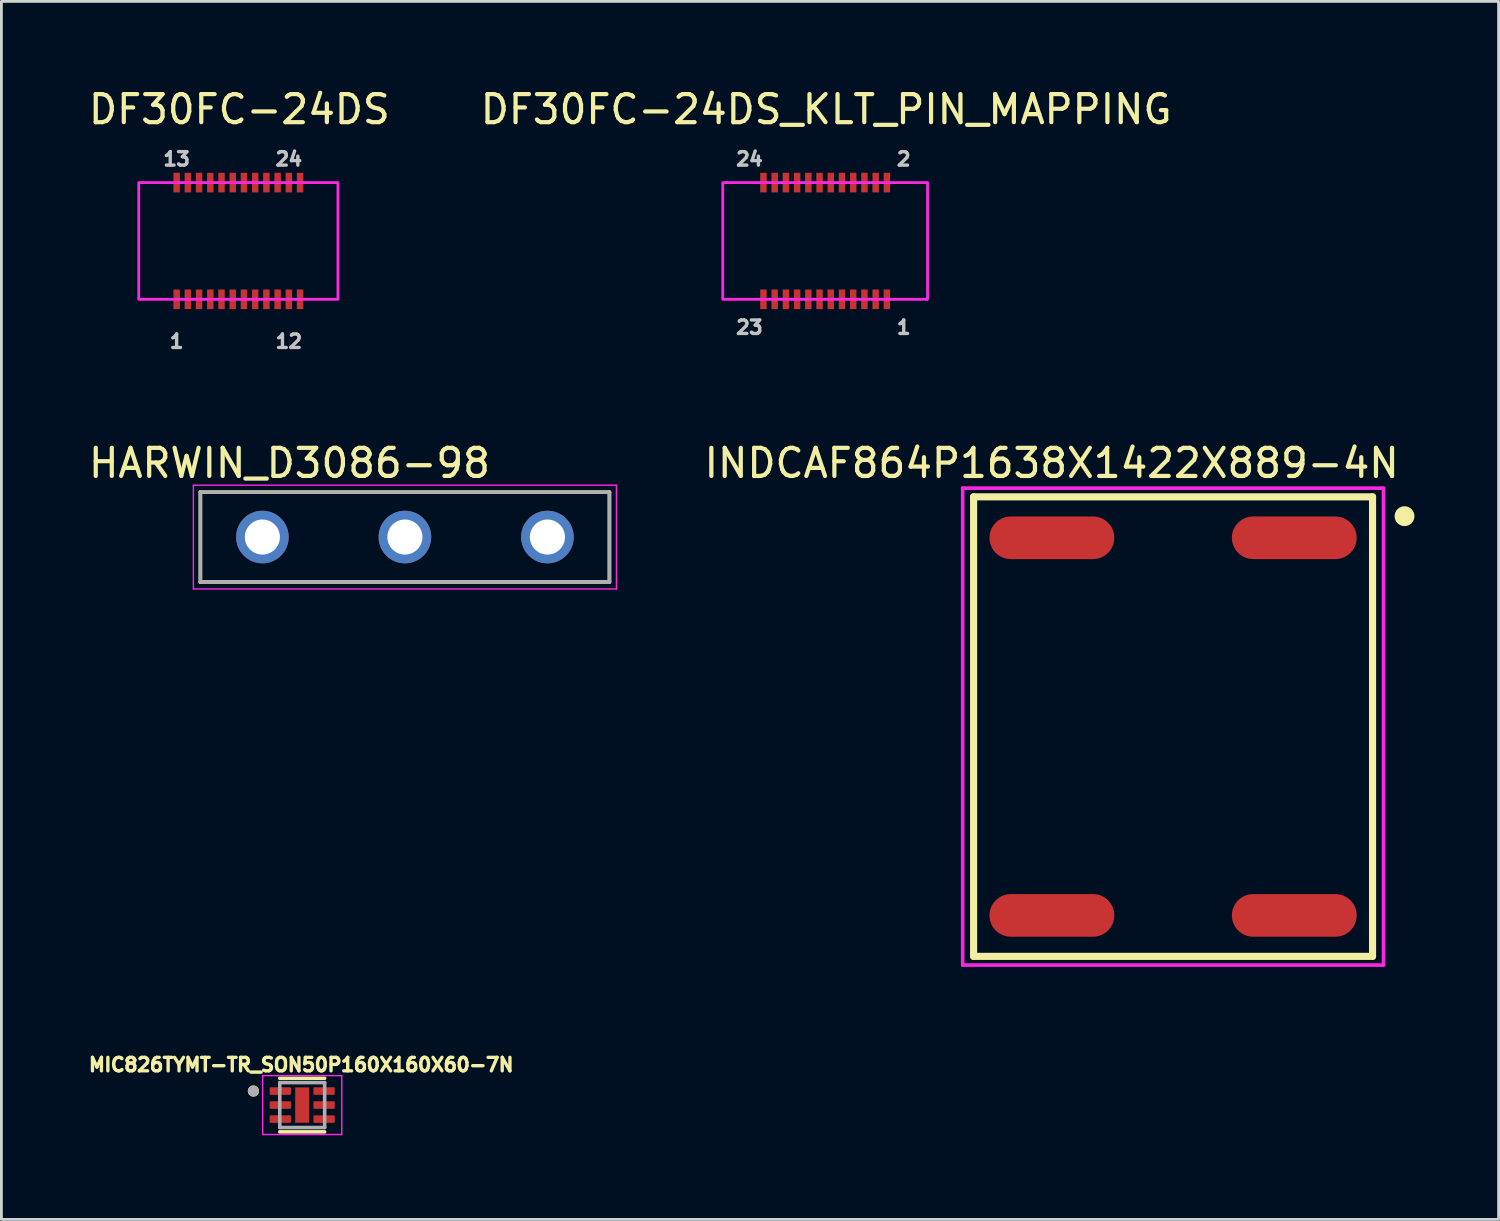
<source format=kicad_pcb>
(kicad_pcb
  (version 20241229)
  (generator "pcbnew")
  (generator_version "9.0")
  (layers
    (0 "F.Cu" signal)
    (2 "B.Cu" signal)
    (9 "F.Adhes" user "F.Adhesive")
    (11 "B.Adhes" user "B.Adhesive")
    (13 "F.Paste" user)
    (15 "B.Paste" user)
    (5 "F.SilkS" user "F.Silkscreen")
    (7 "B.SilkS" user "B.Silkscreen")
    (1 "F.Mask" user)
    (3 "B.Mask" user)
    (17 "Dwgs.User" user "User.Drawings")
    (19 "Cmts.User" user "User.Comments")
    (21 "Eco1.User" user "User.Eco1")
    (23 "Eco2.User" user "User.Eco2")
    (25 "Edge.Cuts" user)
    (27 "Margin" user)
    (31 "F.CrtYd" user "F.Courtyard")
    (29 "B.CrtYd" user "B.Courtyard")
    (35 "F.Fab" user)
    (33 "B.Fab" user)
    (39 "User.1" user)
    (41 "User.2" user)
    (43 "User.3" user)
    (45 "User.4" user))
  (footprint "HARWIN_D3086-98"
    (layer "F.Cu")
    (at 8.843 16.093)
    (property "Reference" "HARWIN_D3086-98" (at -1.575 -2.635 0) (layer "F.SilkS") (effects (font (size 1 1) (thickness 0.15))))
    (attr through_hole)
    (fp_line (start -4.75 -1.6) (end 9.83 -1.6) (stroke (width 0.127) (type solid)) (layer "F.SilkS"))
    (fp_line (start -4.75 1.6) (end -4.75 -1.6) (stroke (width 0.127) (type solid)) (layer "F.SilkS"))
    (fp_line (start 9.83 -1.6) (end 9.83 1.6) (stroke (width 0.127) (type solid)) (layer "F.SilkS"))
    (fp_line (start 9.83 1.6) (end -4.75 1.6) (stroke (width 0.127) (type solid)) (layer "F.SilkS"))
    (fp_line (start -5 -1.85) (end 10.08 -1.85) (stroke (width 0.05) (type solid)) (layer "F.CrtYd"))
    (fp_line (start -5 1.85) (end -5 -1.85) (stroke (width 0.05) (type solid)) (layer "F.CrtYd"))
    (fp_line (start 10.08 -1.85) (end 10.08 1.85) (stroke (width 0.05) (type solid)) (layer "F.CrtYd"))
    (fp_line (start 10.08 1.85) (end -5 1.85) (stroke (width 0.05) (type solid)) (layer "F.CrtYd"))
    (fp_line (start -4.75 -1.6) (end 9.83 -1.6) (stroke (width 0.127) (type solid)) (layer "F.Fab"))
    (fp_line (start -4.75 1.6) (end -4.75 -1.6) (stroke (width 0.127) (type solid)) (layer "F.Fab"))
    (fp_line (start 9.83 -1.6) (end 9.83 1.6) (stroke (width 0.127) (type solid)) (layer "F.Fab"))
    (fp_line (start 9.83 1.6) (end -4.75 1.6) (stroke (width 0.127) (type solid)) (layer "F.Fab"))
    (pad "1" thru_hole circle (at -2.54 0) (size 1.875 1.875) (drill 1.25) (layers "*.Cu" "*.Mask"))
    (pad "2" thru_hole circle (at 2.54 0) (size 1.875 1.875) (drill 1.25) (layers "*.Cu" "*.Mask"))
    (pad "3" thru_hole circle (at 7.62 0) (size 1.875 1.875) (drill 1.25) (layers "*.Cu" "*.Mask")))
  (footprint "DF30FC-24DS_KLT_PIN_MAPPING"
    (layer "F.Cu")
    (at 24.163 7.619)
    (property "Reference" "DF30FC-24DS_KLT_PIN_MAPPING" (at 2.236 -6.77 0) (layer "F.SilkS") (effects (font (size 1 1) (thickness 0.15))))
    (attr smd)
    (fp_rect (start -1.45 -4.16) (end 5.85 0) (stroke (width 0.1) (type default)) (fill no) (layer "F.CrtYd"))
    (fp_text user "23" (at -0.5 1 0) (layer "Dwgs.User") (effects (font (size 0.48 0.48) (thickness 0.12))))
    (fp_text user "1" (at 5 1 0) (layer "Dwgs.User") (effects (font (size 0.48 0.48) (thickness 0.12))))
    (fp_text user "2" (at 5 -5 0) (layer "Dwgs.User") (effects (font (size 0.48 0.48) (thickness 0.12))))
    (fp_text user "24" (at -0.5 -5 0) (layer "Dwgs.User") (effects (font (size 0.48 0.48) (thickness 0.12))))
    (pad "P$1" smd rect (at 4.4 0) (size 0.23 0.7) (layers "F.Cu" "F.Mask" "F.Paste"))
    (pad "P$2" smd rect (at 4.4 -4.16) (size 0.23 0.7) (layers "F.Cu" "F.Mask" "F.Paste"))
    (pad "P$3" smd rect (at 4 0) (size 0.23 0.7) (layers "F.Cu" "F.Mask" "F.Paste"))
    (pad "P$4" smd rect (at 4 -4.16) (size 0.23 0.7) (layers "F.Cu" "F.Mask" "F.Paste"))
    (pad "P$5" smd rect (at 3.6 0) (size 0.23 0.7) (layers "F.Cu" "F.Mask" "F.Paste"))
    (pad "P$6" smd rect (at 3.6 -4.16) (size 0.23 0.7) (layers "F.Cu" "F.Mask" "F.Paste"))
    (pad "P$7" smd rect (at 3.2 0) (size 0.23 0.7) (layers "F.Cu" "F.Mask" "F.Paste"))
    (pad "P$8" smd rect (at 3.2 -4.16) (size 0.23 0.7) (layers "F.Cu" "F.Mask" "F.Paste"))
    (pad "P$9" smd rect (at 2.8 0) (size 0.23 0.7) (layers "F.Cu" "F.Mask" "F.Paste"))
    (pad "P$10" smd rect (at 2.8 -4.16) (size 0.23 0.7) (layers "F.Cu" "F.Mask" "F.Paste"))
    (pad "P$11" smd rect (at 2.4 0) (size 0.23 0.7) (layers "F.Cu" "F.Mask" "F.Paste"))
    (pad "P$12" smd rect (at 2.4 -4.16) (size 0.23 0.7) (layers "F.Cu" "F.Mask" "F.Paste"))
    (pad "P$13" smd rect (at 2 0) (size 0.23 0.7) (layers "F.Cu" "F.Mask" "F.Paste"))
    (pad "P$14" smd rect (at 2 -4.16) (size 0.23 0.7) (layers "F.Cu" "F.Mask" "F.Paste"))
    (pad "P$15" smd rect (at 1.6 0) (size 0.23 0.7) (layers "F.Cu" "F.Mask" "F.Paste"))
    (pad "P$16" smd rect (at 1.6 -4.16) (size 0.23 0.7) (layers "F.Cu" "F.Mask" "F.Paste"))
    (pad "P$17" smd rect (at 1.2 0) (size 0.23 0.7) (layers "F.Cu" "F.Mask" "F.Paste"))
    (pad "P$18" smd rect (at 1.2 -4.16) (size 0.23 0.7) (layers "F.Cu" "F.Mask" "F.Paste"))
    (pad "P$19" smd rect (at 0.8 0) (size 0.23 0.7) (layers "F.Cu" "F.Mask" "F.Paste"))
    (pad "P$20" smd rect (at 0.8 -4.16) (size 0.23 0.7) (layers "F.Cu" "F.Mask" "F.Paste"))
    (pad "P$21" smd rect (at 0.4 0) (size 0.23 0.7) (layers "F.Cu" "F.Mask" "F.Paste"))
    (pad "P$22" smd rect (at 0.4 -4.16) (size 0.23 0.7) (layers "F.Cu" "F.Mask" "F.Paste"))
    (pad "P$23" smd rect (at 0 0) (size 0.23 0.7) (layers "F.Cu" "F.Mask" "F.Paste"))
    (pad "P$24" smd rect (at 0 -4.16) (size 0.23 0.7) (layers "F.Cu" "F.Mask" "F.Paste")))
  (footprint "DF30FC-24DS"
    (layer "F.Cu")
    (at 3.246 7.619)
    (property "Reference" "DF30FC-24DS" (at 2.236 -6.77 0) (layer "F.SilkS") (effects (font (size 1 1) (thickness 0.15))))
    (attr smd)
    (fp_rect (start -1.35 -4.16) (end 5.75 0) (stroke (width 0.1) (type default)) (fill no) (layer "F.CrtYd"))
    (fp_text user "1" (at 0 1.5 0) (layer "Dwgs.User") (effects (font (size 0.48 0.48) (thickness 0.15))))
    (fp_text user "12" (at 4 1.5 0) (layer "Dwgs.User") (effects (font (size 0.48 0.48) (thickness 0.15))))
    (fp_text user "24" (at 4 -5 0) (layer "Dwgs.User") (effects (font (size 0.48 0.48) (thickness 0.15))))
    (fp_text user "13" (at 0 -5 0) (layer "Dwgs.User") (effects (font (size 0.48 0.48) (thickness 0.15))))
    (pad "P$1" smd rect (at 0 0) (size 0.23 0.7) (layers "F.Cu" "F.Mask" "F.Paste"))
    (pad "P$2" smd rect (at 0.4 0) (size 0.23 0.7) (layers "F.Cu" "F.Mask" "F.Paste"))
    (pad "P$3" smd rect (at 0.8 0) (size 0.23 0.7) (layers "F.Cu" "F.Mask" "F.Paste"))
    (pad "P$4" smd rect (at 1.2 0) (size 0.23 0.7) (layers "F.Cu" "F.Mask" "F.Paste"))
    (pad "P$5" smd rect (at 1.6 0) (size 0.23 0.7) (layers "F.Cu" "F.Mask" "F.Paste"))
    (pad "P$6" smd rect (at 2 0) (size 0.23 0.7) (layers "F.Cu" "F.Mask" "F.Paste"))
    (pad "P$7" smd rect (at 2.4 0) (size 0.23 0.7) (layers "F.Cu" "F.Mask" "F.Paste"))
    (pad "P$8" smd rect (at 2.8 0) (size 0.23 0.7) (layers "F.Cu" "F.Mask" "F.Paste"))
    (pad "P$9" smd rect (at 3.2 0) (size 0.23 0.7) (layers "F.Cu" "F.Mask" "F.Paste"))
    (pad "P$10" smd rect (at 3.6 0) (size 0.23 0.7) (layers "F.Cu" "F.Mask" "F.Paste"))
    (pad "P$11" smd rect (at 4 0) (size 0.23 0.7) (layers "F.Cu" "F.Mask" "F.Paste"))
    (pad "P$12" smd rect (at 4.4 0) (size 0.23 0.7) (layers "F.Cu" "F.Mask" "F.Paste"))
    (pad "P$13" smd rect (at 0 -4.16) (size 0.23 0.7) (layers "F.Cu" "F.Mask" "F.Paste"))
    (pad "P$14" smd rect (at 0.4 -4.16) (size 0.23 0.7) (layers "F.Cu" "F.Mask" "F.Paste"))
    (pad "P$15" smd rect (at 0.8 -4.16) (size 0.23 0.7) (layers "F.Cu" "F.Mask" "F.Paste"))
    (pad "P$16" smd rect (at 1.2 -4.16) (size 0.23 0.7) (layers "F.Cu" "F.Mask" "F.Paste"))
    (pad "P$17" smd rect (at 1.6 -4.16) (size 0.23 0.7) (layers "F.Cu" "F.Mask" "F.Paste"))
    (pad "P$18" smd rect (at 2 -4.16) (size 0.23 0.7) (layers "F.Cu" "F.Mask" "F.Paste"))
    (pad "P$19" smd rect (at 2.4 -4.16) (size 0.23 0.7) (layers "F.Cu" "F.Mask" "F.Paste"))
    (pad "P$20" smd rect (at 2.8 -4.16) (size 0.23 0.7) (layers "F.Cu" "F.Mask" "F.Paste"))
    (pad "P$21" smd rect (at 3.2 -4.16) (size 0.23 0.7) (layers "F.Cu" "F.Mask" "F.Paste"))
    (pad "P$22" smd rect (at 3.6 -4.16) (size 0.23 0.7) (layers "F.Cu" "F.Mask" "F.Paste"))
    (pad "P$23" smd rect (at 4 -4.16) (size 0.23 0.7) (layers "F.Cu" "F.Mask" "F.Paste"))
    (pad "P$24" smd rect (at 4.4 -4.16) (size 0.23 0.7) (layers "F.Cu" "F.Mask" "F.Paste")))
  (footprint "MIC826TYMT-TR_SON50P160X160X60-7N"
    (layer "F.Cu")
    (at 7.722 36.34)
    (property "Reference" "MIC826TYMT-TR_SON50P160X160X60-7N" (at -0.036 -1.437 0) (layer "F.SilkS") (effects (font (size 0.48 0.48) (thickness 0.15))))
    (attr smd)
    (fp_line (start -0.8 -0.955) (end 0.8 -0.955) (stroke (width 0.127) (type solid)) (layer "F.SilkS"))
    (fp_line (start -0.8 0.955) (end 0.8 0.955) (stroke (width 0.127) (type solid)) (layer "F.SilkS"))
    (fp_circle (center -1.74 -0.5) (end -1.64 -0.5) (stroke (width 0.2) (type solid)) (fill no) (layer "F.SilkS"))
    (fp_poly (pts (xy -0.16 -0.4) (xy 0.16 -0.4) (xy 0.16 0.4) (xy -0.16 0.4)) (stroke (width 0.01) (type solid)) (fill yes) (layer "F.Paste"))
    (fp_line (start -1.41 -1.05) (end -1.41 1.05) (stroke (width 0.05) (type solid)) (layer "F.CrtYd"))
    (fp_line (start -1.41 -1.05) (end 1.41 -1.05) (stroke (width 0.05) (type solid)) (layer "F.CrtYd"))
    (fp_line (start -1.41 1.05) (end 1.41 1.05) (stroke (width 0.05) (type solid)) (layer "F.CrtYd"))
    (fp_line (start 1.41 -1.05) (end 1.41 1.05) (stroke (width 0.05) (type solid)) (layer "F.CrtYd"))
    (fp_line (start -0.8 -0.8) (end -0.8 0.8) (stroke (width 0.127) (type solid)) (layer "F.Fab"))
    (fp_line (start -0.8 -0.8) (end 0.8 -0.8) (stroke (width 0.127) (type solid)) (layer "F.Fab"))
    (fp_line (start -0.8 0.8) (end 0.8 0.8) (stroke (width 0.127) (type solid)) (layer "F.Fab"))
    (fp_line (start 0.8 -0.8) (end 0.8 0.8) (stroke (width 0.127) (type solid)) (layer "F.Fab"))
    (fp_circle (center -1.74 -0.5) (end -1.64 -0.5) (stroke (width 0.2) (type solid)) (fill no) (layer "F.Fab"))
    (pad "1" smd roundrect (at -0.78 -0.5) (size 0.76 0.27) (layers "F.Cu" "F.Mask" "F.Paste") (roundrect_rratio 0.125))
    (pad "2" smd roundrect (at -0.78 0) (size 0.76 0.27) (layers "F.Cu" "F.Mask" "F.Paste") (roundrect_rratio 0.125))
    (pad "3" smd roundrect (at -0.78 0.5) (size 0.76 0.27) (layers "F.Cu" "F.Mask" "F.Paste") (roundrect_rratio 0.125))
    (pad "4" smd roundrect (at 0.78 0.5) (size 0.76 0.27) (layers "F.Cu" "F.Mask" "F.Paste") (roundrect_rratio 0.125))
    (pad "5" smd roundrect (at 0.78 0) (size 0.76 0.27) (layers "F.Cu" "F.Mask" "F.Paste") (roundrect_rratio 0.125))
    (pad "6" smd roundrect (at 0.78 -0.5) (size 0.76 0.27) (layers "F.Cu" "F.Mask" "F.Paste") (roundrect_rratio 0.125))
    (pad "7" smd rect (at 0 0) (size 0.5 1.26) (layers "F.Cu" "F.Mask")))
  (footprint "INDCAF864P1638X1422X889-4N"
    (layer "F.Cu")
    (at 38.764 22.849)
    (property "Reference" "INDCAF864P1638X1422X889-4N" (at -4.327 -9.39 0) (layer "F.SilkS") (effects (font (size 1.001 1.001) (thickness 0.15))))
    (attr smd)
    (fp_line (start -7.11 -8.19) (end -7.11 8.19) (stroke (width 0.254) (type solid)) (layer "F.SilkS"))
    (fp_line (start -7.11 8.19) (end 7.11 8.19) (stroke (width 0.254) (type solid)) (layer "F.SilkS"))
    (fp_line (start 7.11 -8.19) (end -7.11 -8.19) (stroke (width 0.254) (type solid)) (layer "F.SilkS"))
    (fp_line (start 7.11 8.19) (end 7.11 -8.19) (stroke (width 0.254) (type solid)) (layer "F.SilkS"))
    (fp_circle (center 8.25 -7.5) (end 8.604 -7.5) (stroke (width 0) (type solid)) (fill yes) (layer "F.SilkS"))
    (fp_line (start -7.5 -8.5) (end 7.5 -8.5) (stroke (width 0.127) (type solid)) (layer "F.CrtYd"))
    (fp_line (start -7.5 8.5) (end -7.5 -8.5) (stroke (width 0.127) (type solid)) (layer "F.CrtYd"))
    (fp_line (start 7.5 -8.5) (end 7.5 8.5) (stroke (width 0.127) (type solid)) (layer "F.CrtYd"))
    (fp_line (start 7.5 8.5) (end -7.5 8.5) (stroke (width 0.127) (type solid)) (layer "F.CrtYd"))
    (pad "1" smd oval (at 4.32 -6.73) (size 4.45 1.52) (layers "F.Cu" "F.Mask" "F.Paste"))
    (pad "2" smd oval (at -4.32 -6.73) (size 4.45 1.52) (layers "F.Cu" "F.Mask" "F.Paste"))
    (pad "3" smd oval (at -4.32 6.73) (size 4.45 1.52) (layers "F.Cu" "F.Mask" "F.Paste"))
    (pad "4" smd oval (at 4.32 6.73) (size 4.45 1.52) (layers "F.Cu" "F.Mask" "F.Paste")))
  (gr_rect
    (start -3 -3)
    (end 50.367 40.415)
    (stroke (width 0.1) (type default))
    (fill no)
    (layer "Edge.Cuts")))
</source>
